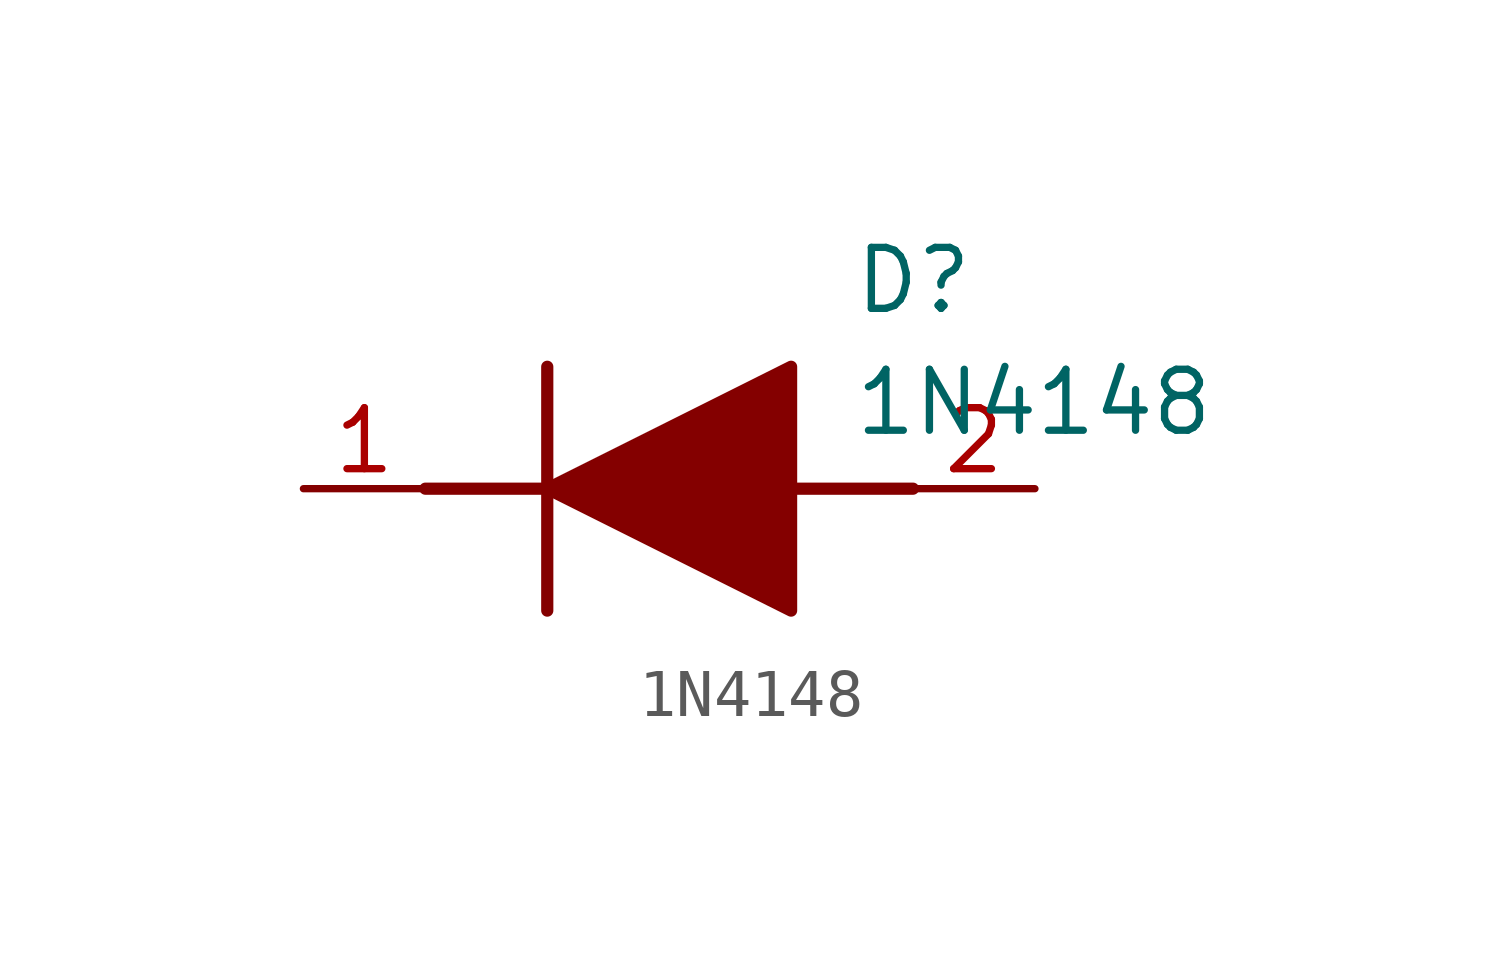
<source format=kicad_sym>
(kicad_symbol_lib
  (version 20211014)
  (generator SamacSys_ECAD_Model)
  (symbol "1N4148"
    (pin_names hide)
    (property "Reference" "D"
      (at 11.43 5.08 0)
      (effects (font (size 1.27 1.27)) (justify left top)))
    (property "Value" "1N4148"
      (at 11.43 2.54 0)
      (effects (font (size 1.27 1.27)) (justify left top)))
    (polyline
      (pts (xy 5.08 2.54) (xy 5.08 -2.54))
      (stroke (width 0.254) (type default))
      (fill (type none)))
    (polyline
      (pts (xy 2.54 0) (xy 5.08 0))
      (stroke (width 0.254) (type default))
      (fill (type none)))
    (polyline
      (pts (xy 10.16 0) (xy 12.7 0))
      (stroke (width 0.254) (type default))
      (fill (type none)))
    (polyline
      (pts (xy 5.08 0) (xy 10.16 2.54) (xy 10.16 -2.54) (xy 5.08 0))
      (stroke (width 0.254) (type default))
      (fill (type outline)))
    (pin passive line
      (at 0 0 0)
      (length 2.54)
      (name "K" (effects (font (size 1.27 1.27))))
      (number "1" (effects (font (size 1.27 1.27)))))
    (pin passive line
      (at 15.24 0 180)
      (length 2.54)
      (name "A" (effects (font (size 1.27 1.27))))
      (number "2" (effects (font (size 1.27 1.27)))))))
</source>
